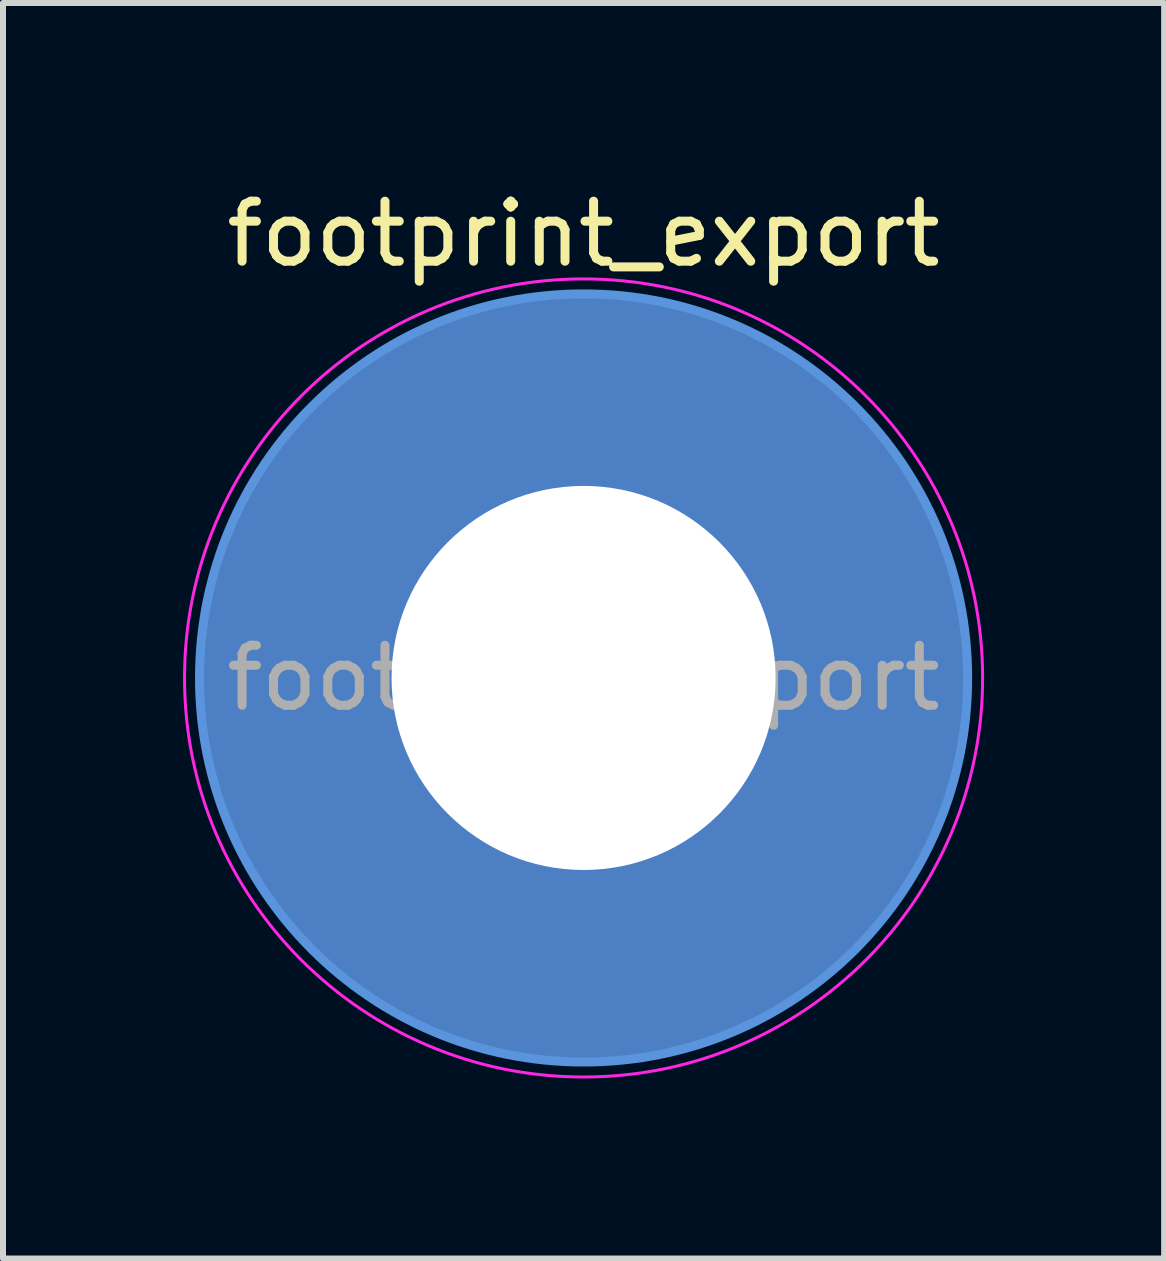
<source format=kicad_pcb>
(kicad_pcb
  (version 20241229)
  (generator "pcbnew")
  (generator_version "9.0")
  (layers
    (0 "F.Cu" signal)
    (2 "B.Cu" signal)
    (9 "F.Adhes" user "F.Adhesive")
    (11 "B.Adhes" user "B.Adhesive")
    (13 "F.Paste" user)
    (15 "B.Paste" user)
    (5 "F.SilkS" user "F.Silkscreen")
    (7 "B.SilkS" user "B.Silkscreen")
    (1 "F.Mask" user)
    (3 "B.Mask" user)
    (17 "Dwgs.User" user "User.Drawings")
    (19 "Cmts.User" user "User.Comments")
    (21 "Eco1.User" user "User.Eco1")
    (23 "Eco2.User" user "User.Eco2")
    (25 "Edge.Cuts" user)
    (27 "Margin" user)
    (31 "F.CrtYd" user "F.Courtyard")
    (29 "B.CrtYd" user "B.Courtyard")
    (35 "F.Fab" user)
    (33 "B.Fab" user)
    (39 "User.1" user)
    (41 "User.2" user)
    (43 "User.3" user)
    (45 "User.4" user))
  (footprint "footprint_export"
    (layer "F.Cu")
    (at 6.675 8.248)
    (property "Reference" "footprint_export" (at 0 -7.4 0) (layer "F.SilkS") (effects (font (size 1 1) (thickness 0.15))))
    (attr exclude_from_pos_files exclude_from_bom)
    (fp_circle (center 0 0) (end 6.4 0) (stroke (width 0.15) (type solid)) (fill no) (layer "Cmts.User"))
    (fp_circle (center 0 0) (end 6.65 0) (stroke (width 0.05) (type solid)) (fill no) (layer "F.CrtYd"))
    (fp_text user "${REFERENCE}" (at 0 0 0) (layer "F.Fab") (effects (font (size 1 1) (thickness 0.15))))
    (pad "1" thru_hole circle (at 0 0) (size 6.8 6.8) (drill 6.4) (layers "*.Cu" "*.Mask"))
    (pad "1" connect circle (at 0 0) (size 12.8 12.8) (layers "F.Cu" "F.Mask"))
    (pad "1" connect circle (at 0 0) (size 12.8 12.8) (layers "B.Cu" "B.Mask")))
  (gr_rect
    (start -3 -3)
    (end 16.35 17.923)
    (stroke (width 0.1) (type default))
    (fill no)
    (layer "Edge.Cuts")))
</source>
